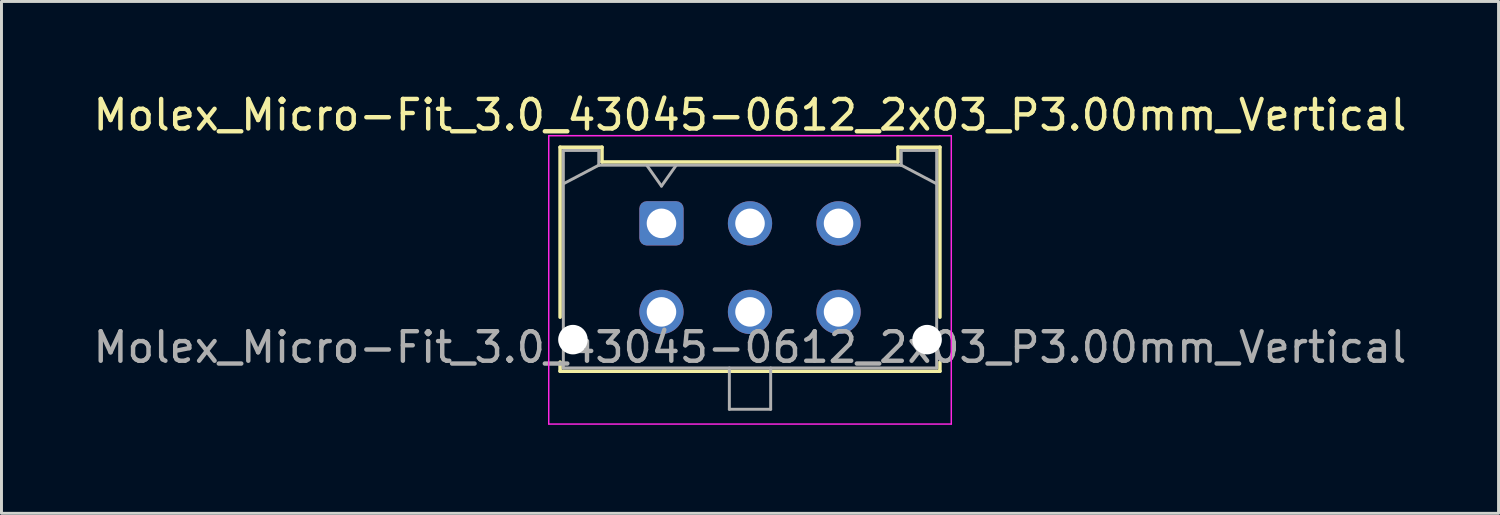
<source format=kicad_pcb>
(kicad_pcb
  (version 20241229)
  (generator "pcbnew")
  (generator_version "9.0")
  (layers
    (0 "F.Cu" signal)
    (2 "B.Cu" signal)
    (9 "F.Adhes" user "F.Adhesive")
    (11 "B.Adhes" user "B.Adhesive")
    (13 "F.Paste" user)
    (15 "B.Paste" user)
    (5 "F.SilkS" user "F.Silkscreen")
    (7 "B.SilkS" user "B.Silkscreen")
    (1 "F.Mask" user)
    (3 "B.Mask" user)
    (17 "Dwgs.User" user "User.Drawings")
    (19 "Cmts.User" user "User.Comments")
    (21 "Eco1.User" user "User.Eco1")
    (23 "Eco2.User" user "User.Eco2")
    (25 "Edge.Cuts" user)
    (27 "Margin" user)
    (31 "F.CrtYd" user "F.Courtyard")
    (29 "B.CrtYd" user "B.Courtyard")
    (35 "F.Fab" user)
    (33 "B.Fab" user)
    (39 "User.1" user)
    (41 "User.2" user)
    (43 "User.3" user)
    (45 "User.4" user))
  (footprint "Molex_Micro-Fit_3.0_43045-0612_2x03_P3.00mm_Vertical"
    (layer "F.Cu")
    (at 19.363 4.518)
    (property "Reference" "Molex_Micro-Fit_3.0_43045-0612_2x03_P3.00mm_Vertical" (at 3 -3.67 0) (layer "F.SilkS") (effects (font (size 1 1) (thickness 0.15))))
    (attr through_hole)
    (fp_line (start -3.435 -2.58) (end -2.015 -2.58) (stroke (width 0.12) (type solid)) (layer "F.SilkS"))
    (fp_line (start -3.435 3.18) (end -3.435 -2.58) (stroke (width 0.12) (type solid)) (layer "F.SilkS"))
    (fp_line (start -3.435 4.7) (end -3.435 5.01) (stroke (width 0.12) (type solid)) (layer "F.SilkS"))
    (fp_line (start -3.435 5.01) (end 9.435 5.01) (stroke (width 0.12) (type solid)) (layer "F.SilkS"))
    (fp_line (start -2.015 -2.58) (end -2.015 -2.08) (stroke (width 0.12) (type solid)) (layer "F.SilkS"))
    (fp_line (start -2.015 -2.08) (end 8.015 -2.08) (stroke (width 0.12) (type solid)) (layer "F.SilkS"))
    (fp_line (start 8.015 -2.58) (end 9.435 -2.58) (stroke (width 0.12) (type solid)) (layer "F.SilkS"))
    (fp_line (start 8.015 -2.08) (end 8.015 -2.58) (stroke (width 0.12) (type solid)) (layer "F.SilkS"))
    (fp_line (start 9.435 -2.58) (end 9.435 3.18) (stroke (width 0.12) (type solid)) (layer "F.SilkS"))
    (fp_line (start 9.435 5.01) (end 9.435 4.7) (stroke (width 0.12) (type solid)) (layer "F.SilkS"))
    (fp_line (start -3.82 -2.97) (end 9.82 -2.97) (stroke (width 0.05) (type solid)) (layer "F.CrtYd"))
    (fp_line (start -3.82 6.8) (end -3.82 -2.97) (stroke (width 0.05) (type solid)) (layer "F.CrtYd"))
    (fp_line (start 9.82 -2.97) (end 9.82 6.8) (stroke (width 0.05) (type solid)) (layer "F.CrtYd"))
    (fp_line (start 9.82 6.8) (end -3.82 6.8) (stroke (width 0.05) (type solid)) (layer "F.CrtYd"))
    (fp_line (start -3.325 -2.47) (end -3.325 4.9) (stroke (width 0.1) (type solid)) (layer "F.Fab"))
    (fp_line (start -3.325 -1.34) (end -2.125 -1.97) (stroke (width 0.1) (type solid)) (layer "F.Fab"))
    (fp_line (start -3.325 4.9) (end 9.325 4.9) (stroke (width 0.1) (type solid)) (layer "F.Fab"))
    (fp_line (start -2.125 -2.47) (end -3.325 -2.47) (stroke (width 0.1) (type solid)) (layer "F.Fab"))
    (fp_line (start -2.125 -1.97) (end -2.125 -2.47) (stroke (width 0.1) (type solid)) (layer "F.Fab"))
    (fp_line (start -0.5 -1.97) (end 0 -1.263) (stroke (width 0.1) (type solid)) (layer "F.Fab"))
    (fp_line (start 0 -1.263) (end 0.5 -1.97) (stroke (width 0.1) (type solid)) (layer "F.Fab"))
    (fp_line (start 2.3 4.9) (end 2.3 6.3) (stroke (width 0.1) (type solid)) (layer "F.Fab"))
    (fp_line (start 2.3 6.3) (end 3.7 6.3) (stroke (width 0.1) (type solid)) (layer "F.Fab"))
    (fp_line (start 3.7 6.3) (end 3.7 4.9) (stroke (width 0.1) (type solid)) (layer "F.Fab"))
    (fp_line (start 8.125 -2.47) (end 8.125 -1.97) (stroke (width 0.1) (type solid)) (layer "F.Fab"))
    (fp_line (start 8.125 -1.97) (end -2.125 -1.97) (stroke (width 0.1) (type solid)) (layer "F.Fab"))
    (fp_line (start 9.325 -2.47) (end 8.125 -2.47) (stroke (width 0.1) (type solid)) (layer "F.Fab"))
    (fp_line (start 9.325 -1.34) (end 8.125 -1.97) (stroke (width 0.1) (type solid)) (layer "F.Fab"))
    (fp_line (start 9.325 4.9) (end 9.325 -2.47) (stroke (width 0.1) (type solid)) (layer "F.Fab"))
    (fp_text user "${REFERENCE}" (at 3 4.2 0) (layer "F.Fab") (effects (font (size 1 1) (thickness 0.15))))
    (pad "" np_thru_hole circle (at -3 3.94) (size 1 1) (drill 1) (layers "*.Cu" "*.Mask"))
    (pad "" np_thru_hole circle (at 9 3.94) (size 1 1) (drill 1) (layers "*.Cu" "*.Mask"))
    (pad "1" thru_hole roundrect (at 0 0) (size 1.5 1.5) (drill 1) (layers "*.Cu" "*.Mask") (roundrect_rratio 0.167))
    (pad "2" thru_hole circle (at 3 0) (size 1.5 1.5) (drill 1) (layers "*.Cu" "*.Mask"))
    (pad "3" thru_hole circle (at 6 0) (size 1.5 1.5) (drill 1) (layers "*.Cu" "*.Mask"))
    (pad "4" thru_hole circle (at 0 3) (size 1.5 1.5) (drill 1) (layers "*.Cu" "*.Mask"))
    (pad "5" thru_hole circle (at 3 3) (size 1.5 1.5) (drill 1) (layers "*.Cu" "*.Mask"))
    (pad "6" thru_hole circle (at 6 3) (size 1.5 1.5) (drill 1) (layers "*.Cu" "*.Mask")))
  (gr_rect
    (start -3 -3)
    (end 47.726 14.343)
    (stroke (width 0.1) (type default))
    (fill no)
    (layer "Edge.Cuts")))
</source>
